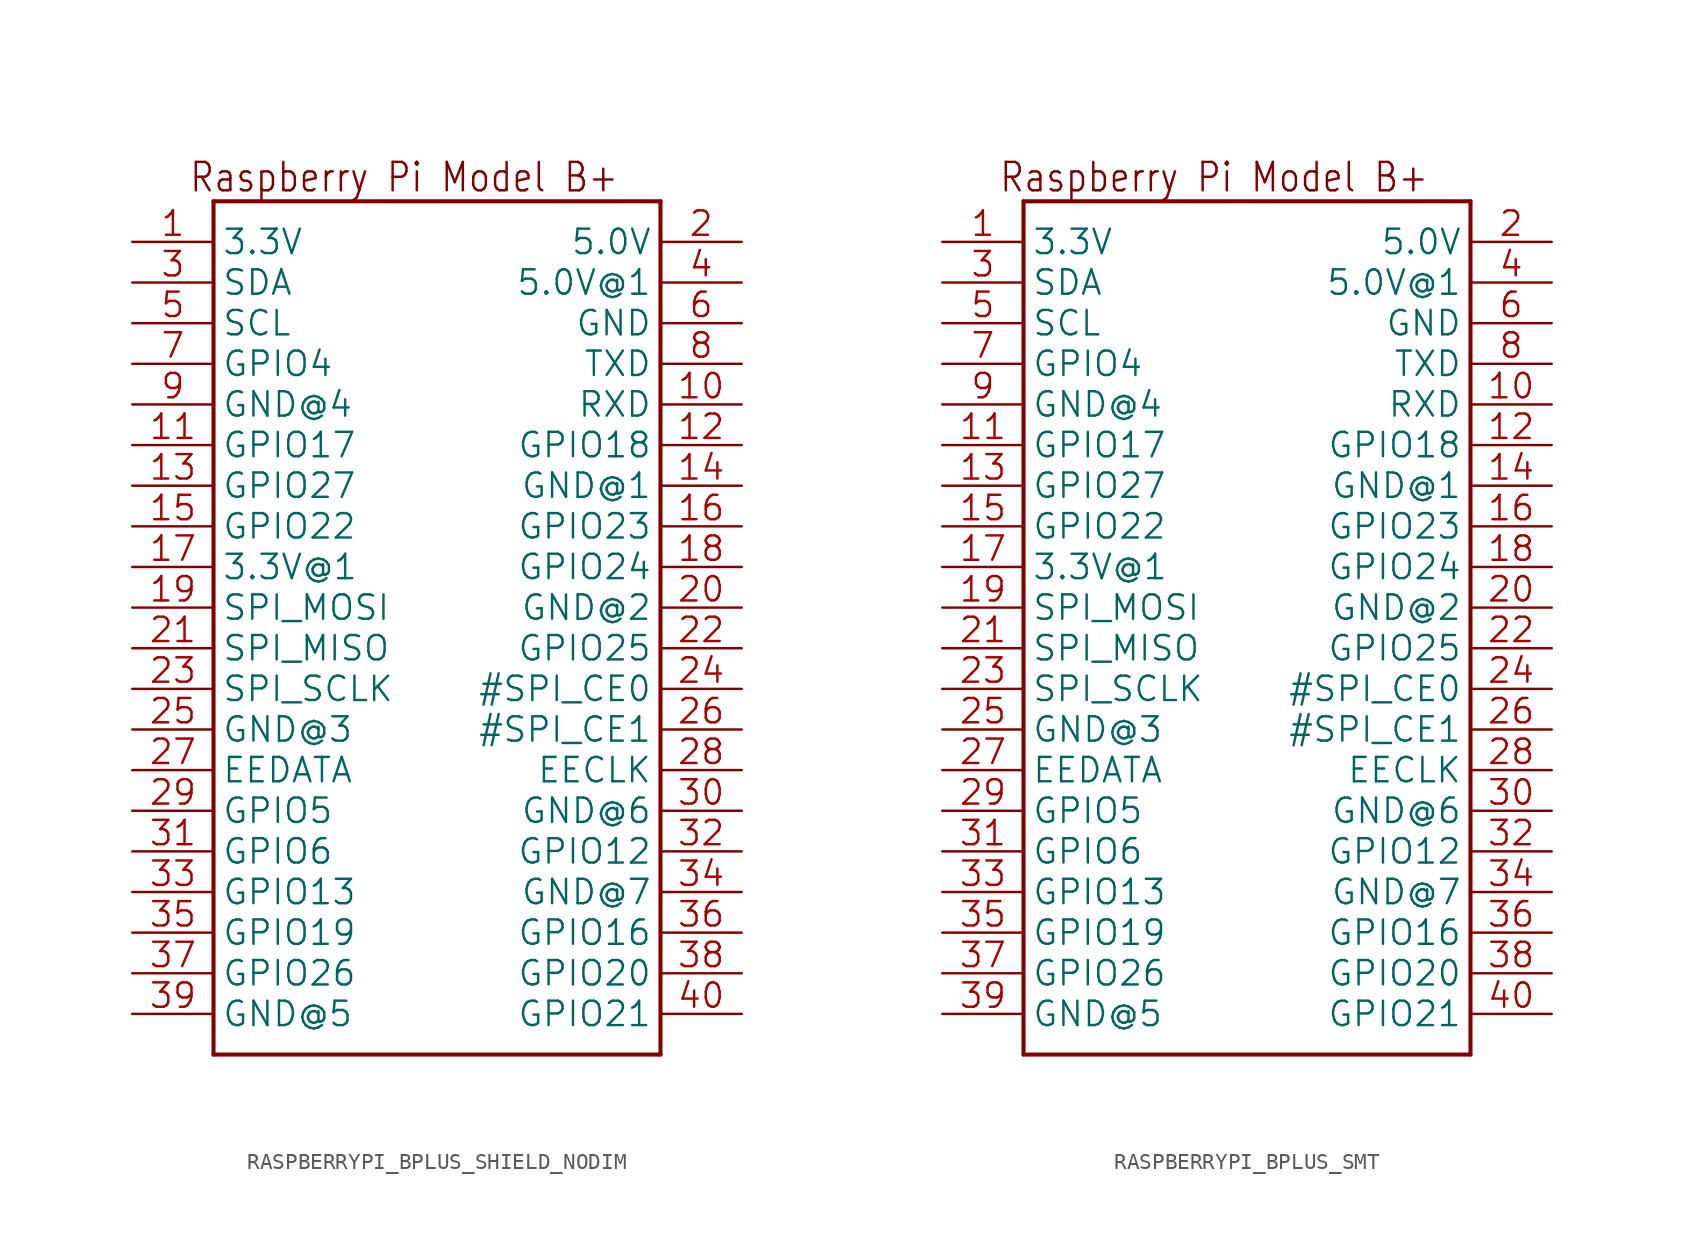
<source format=kicad_sym>
(kicad_symbol_lib
  (version 20241209)
  (generator "kicad_symbol_editor")
  (generator_version "9.0")
  (symbol "RASPBERRYPI_BPLUS_SHIELD_NODIM"
    (property "Reference" "RPI"
      (at 0 0 0)
      (effects (font (size 1.27 1.27)) (hide yes)))
    (property "ki_locked" ""
      (at 0 0 0)
      (effects (font (size 1.27 1.27))))
    (symbol "RASPBERRYPI_BPLUS_SHIELD_NODIM_1_0"
      (polyline (pts (xy -12.7 22.86) (xy 15.24 22.86)) (stroke (width 0.254) (type solid)) (fill (type none)))
      (polyline (pts (xy -12.7 -30.48) (xy -12.7 22.86)) (stroke (width 0.254) (type solid)) (fill (type none)))
      (polyline (pts (xy 15.24 22.86) (xy 15.24 -30.48)) (stroke (width 0.254) (type solid)) (fill (type none)))
      (polyline (pts (xy 15.24 -30.48) (xy -12.7 -30.48)) (stroke (width 0.254) (type solid)) (fill (type none)))
      (text "Raspberry Pi Model B+" (at 12.7 25.4 0) (effects (font (size 1.778 1.511)) (justify right top)))
      (pin power_in line (at -17.78 20.32 0) (length 5.08) (name "3.3V" (effects (font (size 1.524 1.524)))) (number "1" (effects (font (size 1.524 1.524)))))
      (pin bidirectional line (at -17.78 17.78 0) (length 5.08) (name "SDA" (effects (font (size 1.524 1.524)))) (number "3" (effects (font (size 1.524 1.524)))))
      (pin bidirectional line (at -17.78 15.24 0) (length 5.08) (name "SCL" (effects (font (size 1.524 1.524)))) (number "5" (effects (font (size 1.524 1.524)))))
      (pin bidirectional line (at -17.78 12.7 0) (length 5.08) (name "GPIO4" (effects (font (size 1.524 1.524)))) (number "7" (effects (font (size 1.524 1.524)))))
      (pin power_in line (at -17.78 10.16 0) (length 5.08) (name "GND@4" (effects (font (size 1.524 1.524)))) (number "9" (effects (font (size 1.524 1.524)))))
      (pin bidirectional line (at -17.78 7.62 0) (length 5.08) (name "GPIO17" (effects (font (size 1.524 1.524)))) (number "11" (effects (font (size 1.524 1.524)))))
      (pin bidirectional line (at -17.78 5.08 0) (length 5.08) (name "GPIO27" (effects (font (size 1.524 1.524)))) (number "13" (effects (font (size 1.524 1.524)))))
      (pin bidirectional line (at -17.78 2.54 0) (length 5.08) (name "GPIO22" (effects (font (size 1.524 1.524)))) (number "15" (effects (font (size 1.524 1.524)))))
      (pin power_in line (at -17.78 0 0) (length 5.08) (name "3.3V@1" (effects (font (size 1.524 1.524)))) (number "17" (effects (font (size 1.524 1.524)))))
      (pin bidirectional line (at -17.78 -2.54 0) (length 5.08) (name "SPI_MOSI" (effects (font (size 1.524 1.524)))) (number "19" (effects (font (size 1.524 1.524)))))
      (pin bidirectional line (at -17.78 -5.08 0) (length 5.08) (name "SPI_MISO" (effects (font (size 1.524 1.524)))) (number "21" (effects (font (size 1.524 1.524)))))
      (pin bidirectional line (at -17.78 -7.62 0) (length 5.08) (name "SPI_SCLK" (effects (font (size 1.524 1.524)))) (number "23" (effects (font (size 1.524 1.524)))))
      (pin power_in line (at -17.78 -10.16 0) (length 5.08) (name "GND@3" (effects (font (size 1.524 1.524)))) (number "25" (effects (font (size 1.524 1.524)))))
      (pin bidirectional line (at -17.78 -12.7 0) (length 5.08) (name "EEDATA" (effects (font (size 1.524 1.524)))) (number "27" (effects (font (size 1.524 1.524)))))
      (pin bidirectional line (at -17.78 -15.24 0) (length 5.08) (name "GPIO5" (effects (font (size 1.524 1.524)))) (number "29" (effects (font (size 1.524 1.524)))))
      (pin bidirectional line (at -17.78 -17.78 0) (length 5.08) (name "GPIO6" (effects (font (size 1.524 1.524)))) (number "31" (effects (font (size 1.524 1.524)))))
      (pin bidirectional line (at -17.78 -20.32 0) (length 5.08) (name "GPIO13" (effects (font (size 1.524 1.524)))) (number "33" (effects (font (size 1.524 1.524)))))
      (pin bidirectional line (at -17.78 -22.86 0) (length 5.08) (name "GPIO19" (effects (font (size 1.524 1.524)))) (number "35" (effects (font (size 1.524 1.524)))))
      (pin bidirectional line (at -17.78 -25.4 0) (length 5.08) (name "GPIO26" (effects (font (size 1.524 1.524)))) (number "37" (effects (font (size 1.524 1.524)))))
      (pin power_in line (at -17.78 -27.94 0) (length 5.08) (name "GND@5" (effects (font (size 1.524 1.524)))) (number "39" (effects (font (size 1.524 1.524)))))
      (pin power_in line (at 20.32 20.32 180) (length 5.08) (name "5.0V" (effects (font (size 1.524 1.524)))) (number "2" (effects (font (size 1.524 1.524)))))
      (pin power_in line (at 20.32 17.78 180) (length 5.08) (name "5.0V@1" (effects (font (size 1.524 1.524)))) (number "4" (effects (font (size 1.524 1.524)))))
      (pin power_in line (at 20.32 15.24 180) (length 5.08) (name "GND" (effects (font (size 1.524 1.524)))) (number "6" (effects (font (size 1.524 1.524)))))
      (pin bidirectional line (at 20.32 12.7 180) (length 5.08) (name "TXD" (effects (font (size 1.524 1.524)))) (number "8" (effects (font (size 1.524 1.524)))))
      (pin bidirectional line (at 20.32 10.16 180) (length 5.08) (name "RXD" (effects (font (size 1.524 1.524)))) (number "10" (effects (font (size 1.524 1.524)))))
      (pin bidirectional line (at 20.32 7.62 180) (length 5.08) (name "GPIO18" (effects (font (size 1.524 1.524)))) (number "12" (effects (font (size 1.524 1.524)))))
      (pin power_in line (at 20.32 5.08 180) (length 5.08) (name "GND@1" (effects (font (size 1.524 1.524)))) (number "14" (effects (font (size 1.524 1.524)))))
      (pin bidirectional line (at 20.32 2.54 180) (length 5.08) (name "GPIO23" (effects (font (size 1.524 1.524)))) (number "16" (effects (font (size 1.524 1.524)))))
      (pin bidirectional line (at 20.32 0 180) (length 5.08) (name "GPIO24" (effects (font (size 1.524 1.524)))) (number "18" (effects (font (size 1.524 1.524)))))
      (pin power_in line (at 20.32 -2.54 180) (length 5.08) (name "GND@2" (effects (font (size 1.524 1.524)))) (number "20" (effects (font (size 1.524 1.524)))))
      (pin bidirectional line (at 20.32 -5.08 180) (length 5.08) (name "GPIO25" (effects (font (size 1.524 1.524)))) (number "22" (effects (font (size 1.524 1.524)))))
      (pin bidirectional line (at 20.32 -7.62 180) (length 5.08) (name "#SPI_CE0" (effects (font (size 1.524 1.524)))) (number "24" (effects (font (size 1.524 1.524)))))
      (pin bidirectional line (at 20.32 -10.16 180) (length 5.08) (name "#SPI_CE1" (effects (font (size 1.524 1.524)))) (number "26" (effects (font (size 1.524 1.524)))))
      (pin bidirectional line (at 20.32 -12.7 180) (length 5.08) (name "EECLK" (effects (font (size 1.524 1.524)))) (number "28" (effects (font (size 1.524 1.524)))))
      (pin power_in line (at 20.32 -15.24 180) (length 5.08) (name "GND@6" (effects (font (size 1.524 1.524)))) (number "30" (effects (font (size 1.524 1.524)))))
      (pin bidirectional line (at 20.32 -17.78 180) (length 5.08) (name "GPIO12" (effects (font (size 1.524 1.524)))) (number "32" (effects (font (size 1.524 1.524)))))
      (pin power_in line (at 20.32 -20.32 180) (length 5.08) (name "GND@7" (effects (font (size 1.524 1.524)))) (number "34" (effects (font (size 1.524 1.524)))))
      (pin bidirectional line (at 20.32 -22.86 180) (length 5.08) (name "GPIO16" (effects (font (size 1.524 1.524)))) (number "36" (effects (font (size 1.524 1.524)))))
      (pin bidirectional line (at 20.32 -25.4 180) (length 5.08) (name "GPIO20" (effects (font (size 1.524 1.524)))) (number "38" (effects (font (size 1.524 1.524)))))
      (pin bidirectional line (at 20.32 -27.94 180) (length 5.08) (name "GPIO21" (effects (font (size 1.524 1.524)))) (number "40" (effects (font (size 1.524 1.524)))))))
  (symbol "RASPBERRYPI_BPLUS_SMT"
    (property "Reference" "RPI"
      (at 0 0 0)
      (effects (font (size 1.27 1.27)) (hide yes)))
    (property "ki_locked" ""
      (at 0 0 0)
      (effects (font (size 1.27 1.27))))
    (symbol "RASPBERRYPI_BPLUS_SMT_1_0"
      (polyline (pts (xy -12.7 22.86) (xy 15.24 22.86)) (stroke (width 0.254) (type solid)) (fill (type none)))
      (polyline (pts (xy -12.7 -30.48) (xy -12.7 22.86)) (stroke (width 0.254) (type solid)) (fill (type none)))
      (polyline (pts (xy 15.24 22.86) (xy 15.24 -30.48)) (stroke (width 0.254) (type solid)) (fill (type none)))
      (polyline (pts (xy 15.24 -30.48) (xy -12.7 -30.48)) (stroke (width 0.254) (type solid)) (fill (type none)))
      (text "Raspberry Pi Model B+" (at 12.7 25.4 0) (effects (font (size 1.778 1.511)) (justify right top)))
      (pin power_in line (at -17.78 20.32 0) (length 5.08) (name "3.3V" (effects (font (size 1.524 1.524)))) (number "1" (effects (font (size 1.524 1.524)))))
      (pin bidirectional line (at -17.78 17.78 0) (length 5.08) (name "SDA" (effects (font (size 1.524 1.524)))) (number "3" (effects (font (size 1.524 1.524)))))
      (pin bidirectional line (at -17.78 15.24 0) (length 5.08) (name "SCL" (effects (font (size 1.524 1.524)))) (number "5" (effects (font (size 1.524 1.524)))))
      (pin bidirectional line (at -17.78 12.7 0) (length 5.08) (name "GPIO4" (effects (font (size 1.524 1.524)))) (number "7" (effects (font (size 1.524 1.524)))))
      (pin power_in line (at -17.78 10.16 0) (length 5.08) (name "GND@4" (effects (font (size 1.524 1.524)))) (number "9" (effects (font (size 1.524 1.524)))))
      (pin bidirectional line (at -17.78 7.62 0) (length 5.08) (name "GPIO17" (effects (font (size 1.524 1.524)))) (number "11" (effects (font (size 1.524 1.524)))))
      (pin bidirectional line (at -17.78 5.08 0) (length 5.08) (name "GPIO27" (effects (font (size 1.524 1.524)))) (number "13" (effects (font (size 1.524 1.524)))))
      (pin bidirectional line (at -17.78 2.54 0) (length 5.08) (name "GPIO22" (effects (font (size 1.524 1.524)))) (number "15" (effects (font (size 1.524 1.524)))))
      (pin power_in line (at -17.78 0 0) (length 5.08) (name "3.3V@1" (effects (font (size 1.524 1.524)))) (number "17" (effects (font (size 1.524 1.524)))))
      (pin bidirectional line (at -17.78 -2.54 0) (length 5.08) (name "SPI_MOSI" (effects (font (size 1.524 1.524)))) (number "19" (effects (font (size 1.524 1.524)))))
      (pin bidirectional line (at -17.78 -5.08 0) (length 5.08) (name "SPI_MISO" (effects (font (size 1.524 1.524)))) (number "21" (effects (font (size 1.524 1.524)))))
      (pin bidirectional line (at -17.78 -7.62 0) (length 5.08) (name "SPI_SCLK" (effects (font (size 1.524 1.524)))) (number "23" (effects (font (size 1.524 1.524)))))
      (pin power_in line (at -17.78 -10.16 0) (length 5.08) (name "GND@3" (effects (font (size 1.524 1.524)))) (number "25" (effects (font (size 1.524 1.524)))))
      (pin bidirectional line (at -17.78 -12.7 0) (length 5.08) (name "EEDATA" (effects (font (size 1.524 1.524)))) (number "27" (effects (font (size 1.524 1.524)))))
      (pin bidirectional line (at -17.78 -15.24 0) (length 5.08) (name "GPIO5" (effects (font (size 1.524 1.524)))) (number "29" (effects (font (size 1.524 1.524)))))
      (pin bidirectional line (at -17.78 -17.78 0) (length 5.08) (name "GPIO6" (effects (font (size 1.524 1.524)))) (number "31" (effects (font (size 1.524 1.524)))))
      (pin bidirectional line (at -17.78 -20.32 0) (length 5.08) (name "GPIO13" (effects (font (size 1.524 1.524)))) (number "33" (effects (font (size 1.524 1.524)))))
      (pin bidirectional line (at -17.78 -22.86 0) (length 5.08) (name "GPIO19" (effects (font (size 1.524 1.524)))) (number "35" (effects (font (size 1.524 1.524)))))
      (pin bidirectional line (at -17.78 -25.4 0) (length 5.08) (name "GPIO26" (effects (font (size 1.524 1.524)))) (number "37" (effects (font (size 1.524 1.524)))))
      (pin power_in line (at -17.78 -27.94 0) (length 5.08) (name "GND@5" (effects (font (size 1.524 1.524)))) (number "39" (effects (font (size 1.524 1.524)))))
      (pin power_in line (at 20.32 20.32 180) (length 5.08) (name "5.0V" (effects (font (size 1.524 1.524)))) (number "2" (effects (font (size 1.524 1.524)))))
      (pin power_in line (at 20.32 17.78 180) (length 5.08) (name "5.0V@1" (effects (font (size 1.524 1.524)))) (number "4" (effects (font (size 1.524 1.524)))))
      (pin power_in line (at 20.32 15.24 180) (length 5.08) (name "GND" (effects (font (size 1.524 1.524)))) (number "6" (effects (font (size 1.524 1.524)))))
      (pin bidirectional line (at 20.32 12.7 180) (length 5.08) (name "TXD" (effects (font (size 1.524 1.524)))) (number "8" (effects (font (size 1.524 1.524)))))
      (pin bidirectional line (at 20.32 10.16 180) (length 5.08) (name "RXD" (effects (font (size 1.524 1.524)))) (number "10" (effects (font (size 1.524 1.524)))))
      (pin bidirectional line (at 20.32 7.62 180) (length 5.08) (name "GPIO18" (effects (font (size 1.524 1.524)))) (number "12" (effects (font (size 1.524 1.524)))))
      (pin power_in line (at 20.32 5.08 180) (length 5.08) (name "GND@1" (effects (font (size 1.524 1.524)))) (number "14" (effects (font (size 1.524 1.524)))))
      (pin bidirectional line (at 20.32 2.54 180) (length 5.08) (name "GPIO23" (effects (font (size 1.524 1.524)))) (number "16" (effects (font (size 1.524 1.524)))))
      (pin bidirectional line (at 20.32 0 180) (length 5.08) (name "GPIO24" (effects (font (size 1.524 1.524)))) (number "18" (effects (font (size 1.524 1.524)))))
      (pin power_in line (at 20.32 -2.54 180) (length 5.08) (name "GND@2" (effects (font (size 1.524 1.524)))) (number "20" (effects (font (size 1.524 1.524)))))
      (pin bidirectional line (at 20.32 -5.08 180) (length 5.08) (name "GPIO25" (effects (font (size 1.524 1.524)))) (number "22" (effects (font (size 1.524 1.524)))))
      (pin bidirectional line (at 20.32 -7.62 180) (length 5.08) (name "#SPI_CE0" (effects (font (size 1.524 1.524)))) (number "24" (effects (font (size 1.524 1.524)))))
      (pin bidirectional line (at 20.32 -10.16 180) (length 5.08) (name "#SPI_CE1" (effects (font (size 1.524 1.524)))) (number "26" (effects (font (size 1.524 1.524)))))
      (pin bidirectional line (at 20.32 -12.7 180) (length 5.08) (name "EECLK" (effects (font (size 1.524 1.524)))) (number "28" (effects (font (size 1.524 1.524)))))
      (pin power_in line (at 20.32 -15.24 180) (length 5.08) (name "GND@6" (effects (font (size 1.524 1.524)))) (number "30" (effects (font (size 1.524 1.524)))))
      (pin bidirectional line (at 20.32 -17.78 180) (length 5.08) (name "GPIO12" (effects (font (size 1.524 1.524)))) (number "32" (effects (font (size 1.524 1.524)))))
      (pin power_in line (at 20.32 -20.32 180) (length 5.08) (name "GND@7" (effects (font (size 1.524 1.524)))) (number "34" (effects (font (size 1.524 1.524)))))
      (pin bidirectional line (at 20.32 -22.86 180) (length 5.08) (name "GPIO16" (effects (font (size 1.524 1.524)))) (number "36" (effects (font (size 1.524 1.524)))))
      (pin bidirectional line (at 20.32 -25.4 180) (length 5.08) (name "GPIO20" (effects (font (size 1.524 1.524)))) (number "38" (effects (font (size 1.524 1.524)))))
      (pin bidirectional line (at 20.32 -27.94 180) (length 5.08) (name "GPIO21" (effects (font (size 1.524 1.524)))) (number "40" (effects (font (size 1.524 1.524))))))))
</source>
